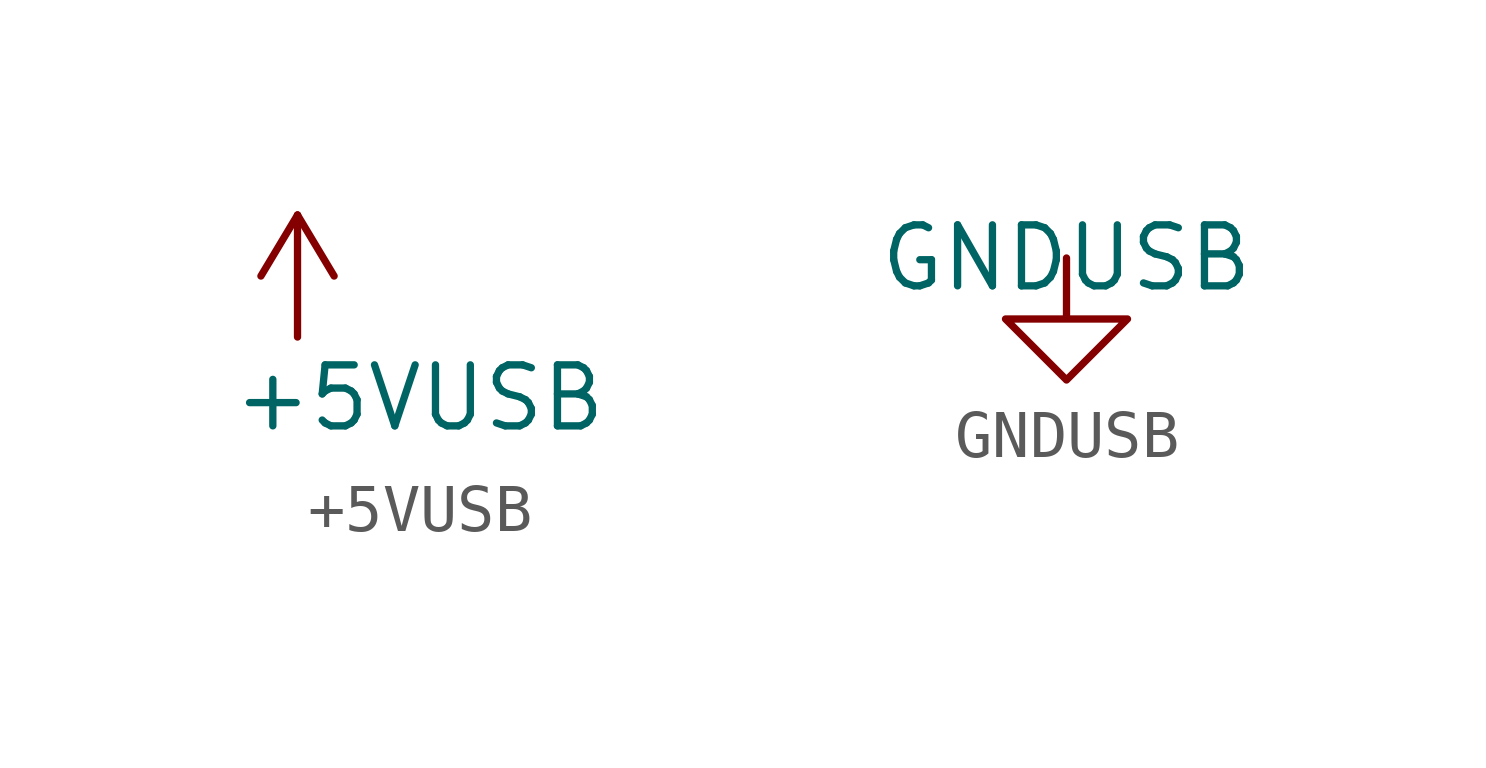
<source format=kicad_sym>
(kicad_symbol_lib
  (version 20220914)
  (generator kicad_symbol_editor)
  (symbol "+5VUSB"
    (property "Reference" "#PWR"
      (at 3.81 1.27 0)
      (effects (font (size 1.27 1.27)) hide))
    (property "Value" "+5VUSB"
      (at 2.54 -1.27 0)
      (effects (font (size 1.27 1.27))))
    (symbol "+5VUSB_0_1"
      (polyline (pts (xy -0.762 1.27) (xy 0 2.54)) (stroke (width 0) (type default)) (fill (type none)))
      (polyline (pts (xy 0 0) (xy 0 2.54)) (stroke (width 0) (type default)) (fill (type none)))
      (polyline (pts (xy 0 2.54) (xy 0.762 1.27)) (stroke (width 0) (type default)) (fill (type none))))
    (symbol "+5VUSB_1_1"
      (pin power_in line (at 0 0 90) (length 0) hide (name "+5V" (effects (font (size 1.27 1.27)))) (number "1" (effects (font (size 1.27 1.27)))))))
  (symbol "GNDUSB"
    (property "Reference" "#PWR"
      (at 5.08 0 0)
      (effects (font (size 1.27 1.27)) hide))
    (property "Value" "GNDUSB"
      (at 0 0 0)
      (effects (font (size 1.27 1.27))))
    (symbol "GNDUSB_0_1"
      (polyline (pts (xy 0 0) (xy 0 -1.27) (xy 1.27 -1.27) (xy 0 -2.54) (xy -1.27 -1.27) (xy 0 -1.27)) (stroke (width 0) (type default)) (fill (type none))))
    (symbol "GNDUSB_1_1"
      (pin power_in line (at 0 0 270) (length 0) hide (name "GND" (effects (font (size 1.27 1.27)))) (number "1" (effects (font (size 1.27 1.27))))))))
</source>
